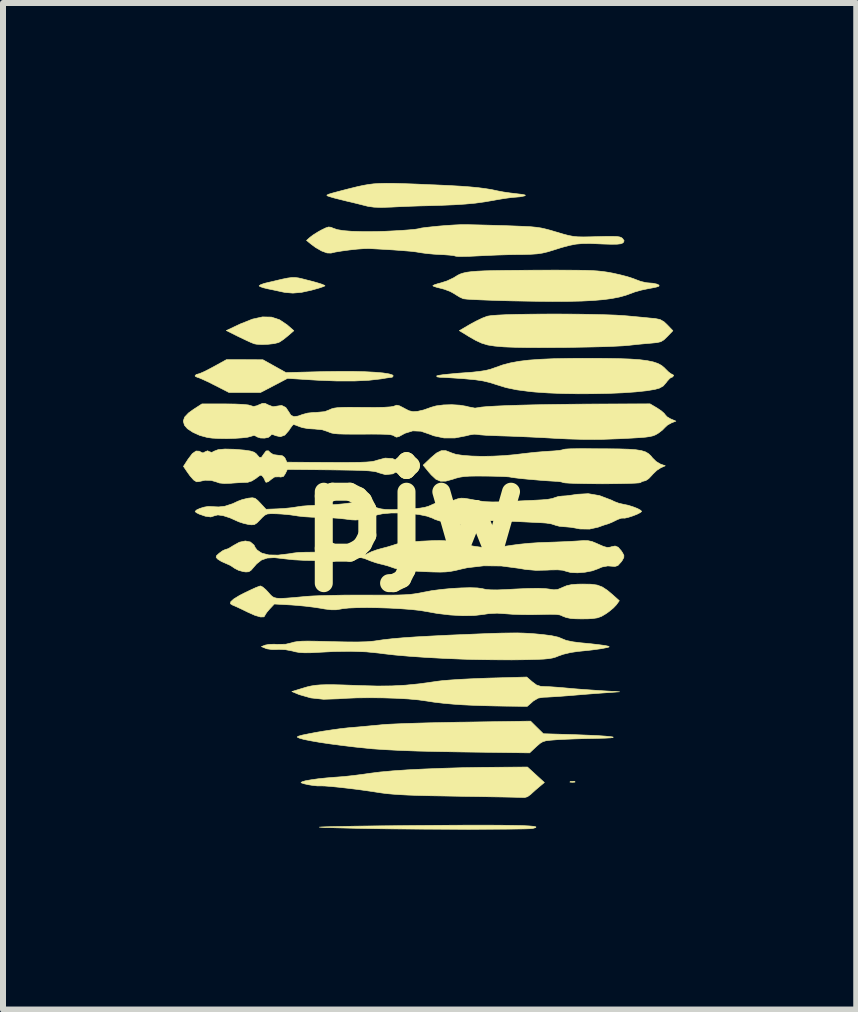
<source format=kicad_pcb>
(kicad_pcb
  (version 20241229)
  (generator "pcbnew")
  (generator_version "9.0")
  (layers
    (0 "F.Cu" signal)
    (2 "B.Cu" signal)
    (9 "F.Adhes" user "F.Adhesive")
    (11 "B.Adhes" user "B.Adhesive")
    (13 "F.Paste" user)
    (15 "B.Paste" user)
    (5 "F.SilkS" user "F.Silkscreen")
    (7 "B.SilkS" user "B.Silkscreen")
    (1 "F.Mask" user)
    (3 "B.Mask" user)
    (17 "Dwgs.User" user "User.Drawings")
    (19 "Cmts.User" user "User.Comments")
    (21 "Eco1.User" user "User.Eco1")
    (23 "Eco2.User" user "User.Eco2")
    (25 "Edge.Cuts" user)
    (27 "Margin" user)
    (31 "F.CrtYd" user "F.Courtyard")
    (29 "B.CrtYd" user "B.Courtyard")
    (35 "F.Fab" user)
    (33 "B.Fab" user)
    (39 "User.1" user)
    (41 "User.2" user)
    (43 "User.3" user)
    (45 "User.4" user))
  (footprint "pjw"
    (layer "F.Cu")
    (at 3.834 5.472)
    (property "Reference" "pjw" (at 0 0 0) (layer "F.SilkS") (effects (font (size 1.524 1.524) (thickness 0.3))))
    (attr through_hole)
    (fp_poly (pts (xy 2.699 4.505) (xy 2.7 4.513) (xy 2.66 4.516) (xy 2.654 4.516) (xy 2.615 4.513) (xy 2.619 4.505) (xy 2.623 4.504) (xy 2.678 4.5) (xy 2.699 4.505)) (stroke (width 0.01) (type solid)) (fill yes) (layer "F.SilkS"))
    (fp_poly (pts (xy -2.36 -3.237) (xy -2.226 -3.193) (xy -2.1 -3.109) (xy -2.093 -3.103) (xy -1.987 -3.01) (xy -2.09 -2.921) (xy -2.158 -2.866) (xy -2.219 -2.825) (xy -2.243 -2.813) (xy -2.315 -2.795) (xy -2.414 -2.784) (xy -2.518 -2.78) (xy -2.607 -2.785) (xy -2.645 -2.792) (xy -2.699 -2.813) (xy -2.782 -2.851) (xy -2.88 -2.898) (xy -2.912 -2.913) (xy -3.112 -3.013) (xy -2.871 -3.126) (xy -2.677 -3.203) (xy -2.509 -3.24) (xy -2.36 -3.237)) (stroke (width 0.01) (type solid)) (fill yes) (layer "F.SilkS"))
    (fp_poly (pts (xy -1.911 -3.89) (xy -1.845 -3.875) (xy -1.76 -3.853) (xy -1.723 -3.844) (xy -1.615 -3.815) (xy -1.531 -3.789) (xy -1.479 -3.768) (xy -1.467 -3.758) (xy -1.499 -3.744) (xy -1.567 -3.721) (xy -1.659 -3.695) (xy -1.691 -3.686) (xy -1.86 -3.649) (xy -2.003 -3.637) (xy -2.134 -3.648) (xy -2.184 -3.658) (xy -2.261 -3.675) (xy -2.359 -3.696) (xy -2.419 -3.708) (xy -2.497 -3.727) (xy -2.55 -3.746) (xy -2.565 -3.758) (xy -2.543 -3.775) (xy -2.487 -3.796) (xy -2.457 -3.804) (xy -2.299 -3.841) (xy -2.181 -3.869) (xy -2.093 -3.887) (xy -2.025 -3.896) (xy -1.968 -3.897) (xy -1.911 -3.89)) (stroke (width 0.01) (type solid)) (fill yes) (layer "F.SilkS"))
    (fp_poly (pts (xy -2.807 -2.527) (xy -2.502 -2.526) (xy -2.31 -2.419) (xy -2.118 -2.312) (xy -1.471 -2.329) (xy -1.229 -2.332) (xy -1.006 -2.332) (xy -0.807 -2.327) (xy -0.637 -2.318) (xy -0.499 -2.306) (xy -0.399 -2.29) (xy -0.342 -2.272) (xy -0.33 -2.257) (xy -0.347 -2.235) (xy -0.349 -2.235) (xy -0.382 -2.231) (xy -0.451 -2.221) (xy -0.533 -2.207) (xy -0.735 -2.184) (xy -0.98 -2.172) (xy -1.263 -2.172) (xy -1.577 -2.184) (xy -1.662 -2.189) (xy -2.092 -2.216) (xy -2.316 -2.098) (xy -2.541 -1.981) (xy -3.069 -1.981) (xy -3.317 -2.108) (xy -3.421 -2.16) (xy -3.51 -2.201) (xy -3.574 -2.228) (xy -3.599 -2.235) (xy -3.63 -2.251) (xy -3.632 -2.261) (xy -3.611 -2.282) (xy -3.59 -2.286) (xy -3.55 -2.298) (xy -3.479 -2.329) (xy -3.387 -2.376) (xy -3.329 -2.407) (xy -3.111 -2.527) (xy -2.807 -2.527)) (stroke (width 0.01) (type solid)) (fill yes) (layer "F.SilkS"))
    (fp_poly (pts (xy 1.456 5.232) (xy 1.662 5.235) (xy 1.822 5.238) (xy 1.939 5.244) (xy 2.014 5.251) (xy 2.049 5.26) (xy 2.045 5.271) (xy 2.005 5.283) (xy 1.994 5.286) (xy 1.951 5.29) (xy 1.863 5.293) (xy 1.735 5.295) (xy 1.572 5.297) (xy 1.38 5.298) (xy 1.163 5.299) (xy 0.927 5.3) (xy 0.678 5.299) (xy 0.421 5.298) (xy 0.161 5.297) (xy -0.097 5.295) (xy -0.347 5.293) (xy -0.583 5.29) (xy -0.802 5.286) (xy -0.953 5.283) (xy -1.124 5.279) (xy -1.277 5.275) (xy -1.403 5.271) (xy -1.496 5.268) (xy -1.551 5.265) (xy -1.562 5.264) (xy -1.525 5.261) (xy -1.442 5.258) (xy -1.319 5.255) (xy -1.16 5.252) (xy -0.971 5.248) (xy -0.757 5.245) (xy -0.523 5.242) (xy -0.274 5.24) (xy -0.015 5.237) (xy 0.249 5.235) (xy 0.512 5.233) (xy 0.769 5.232) (xy 0.902 5.231) (xy 1.204 5.231) (xy 1.456 5.232)) (stroke (width 0.01) (type solid)) (fill yes) (layer "F.SilkS"))
    (fp_poly (pts (xy 2.578 -3.287) (xy 2.801 -3.285) (xy 3.013 -3.281) (xy 3.208 -3.276) (xy 3.379 -3.27) (xy 3.519 -3.261) (xy 3.581 -3.256) (xy 3.719 -3.243) (xy 3.849 -3.231) (xy 3.956 -3.22) (xy 4.029 -3.214) (xy 4.035 -3.213) (xy 4.116 -3.197) (xy 4.183 -3.159) (xy 4.238 -3.107) (xy 4.331 -3.01) (xy 4.238 -2.913) (xy 4.181 -2.858) (xy 4.13 -2.827) (xy 4.065 -2.812) (xy 3.984 -2.804) (xy 3.88 -2.795) (xy 3.75 -2.783) (xy 3.62 -2.769) (xy 3.594 -2.766) (xy 3.496 -2.758) (xy 3.356 -2.751) (xy 3.181 -2.744) (xy 2.982 -2.739) (xy 2.765 -2.735) (xy 2.539 -2.731) (xy 2.313 -2.73) (xy 2.096 -2.729) (xy 1.894 -2.73) (xy 1.718 -2.733) (xy 1.576 -2.738) (xy 1.511 -2.741) (xy 1.362 -2.754) (xy 1.246 -2.772) (xy 1.146 -2.802) (xy 1.046 -2.848) (xy 0.928 -2.915) (xy 0.913 -2.925) (xy 0.772 -3.011) (xy 0.951 -3.116) (xy 1.053 -3.171) (xy 1.155 -3.22) (xy 1.237 -3.251) (xy 1.245 -3.253) (xy 1.305 -3.262) (xy 1.409 -3.27) (xy 1.55 -3.277) (xy 1.722 -3.282) (xy 1.918 -3.285) (xy 2.13 -3.287) (xy 2.353 -3.288) (xy 2.578 -3.287)) (stroke (width 0.01) (type solid)) (fill yes) (layer "F.SilkS"))
    (fp_poly (pts (xy 2.189 4.52) (xy 2.104 4.591) (xy 2.035 4.65) (xy 1.971 4.708) (xy 1.961 4.718) (xy 1.907 4.757) (xy 1.86 4.77) (xy 1.859 4.77) (xy 1.825 4.769) (xy 1.746 4.767) (xy 1.627 4.764) (xy 1.474 4.761) (xy 1.293 4.758) (xy 1.088 4.754) (xy 0.866 4.751) (xy 0.762 4.749) (xy 0.488 4.744) (xy 0.258 4.74) (xy 0.067 4.735) (xy -0.092 4.729) (xy -0.225 4.722) (xy -0.338 4.714) (xy -0.438 4.705) (xy -0.531 4.693) (xy -0.622 4.679) (xy -0.769 4.657) (xy -0.927 4.635) (xy -1.085 4.616) (xy -1.235 4.599) (xy -1.366 4.586) (xy -1.47 4.578) (xy -1.537 4.576) (xy -1.549 4.576) (xy -1.6 4.576) (xy -1.674 4.568) (xy -1.754 4.555) (xy -1.823 4.539) (xy -1.863 4.525) (xy -1.867 4.522) (xy -1.85 4.508) (xy -1.792 4.491) (xy -1.7 4.475) (xy -1.582 4.458) (xy -1.448 4.444) (xy -1.305 4.432) (xy -1.286 4.431) (xy -1.155 4.421) (xy -0.997 4.404) (xy -0.833 4.383) (xy -0.715 4.366) (xy -0.55 4.345) (xy -0.341 4.326) (xy -0.093 4.309) (xy 0.189 4.295) (xy 0.498 4.283) (xy 0.83 4.273) (xy 1.177 4.267) (xy 1.352 4.266) (xy 1.907 4.262) (xy 2.189 4.52)) (stroke (width 0.01) (type solid)) (fill yes) (layer "F.SilkS"))
    (fp_poly (pts (xy -0.312 -5.466) (xy -0.148 -5.461) (xy 0.052 -5.454) (xy 0.294 -5.443) (xy 0.356 -5.441) (xy 0.594 -5.43) (xy 0.79 -5.419) (xy 0.952 -5.407) (xy 1.086 -5.394) (xy 1.203 -5.379) (xy 1.309 -5.362) (xy 1.412 -5.34) (xy 1.422 -5.338) (xy 1.507 -5.322) (xy 1.618 -5.306) (xy 1.727 -5.293) (xy 1.821 -5.282) (xy 1.867 -5.272) (xy 1.871 -5.262) (xy 1.854 -5.256) (xy 1.784 -5.242) (xy 1.701 -5.235) (xy 1.698 -5.235) (xy 1.634 -5.229) (xy 1.535 -5.216) (xy 1.418 -5.197) (xy 1.342 -5.183) (xy 1.19 -5.157) (xy 1.038 -5.136) (xy 0.875 -5.121) (xy 0.691 -5.109) (xy 0.476 -5.1) (xy 0.279 -5.094) (xy 0.116 -5.09) (xy -0.06 -5.084) (xy -0.227 -5.077) (xy -0.364 -5.07) (xy -0.368 -5.07) (xy -0.527 -5.065) (xy -0.65 -5.069) (xy -0.75 -5.083) (xy -0.787 -5.092) (xy -0.889 -5.118) (xy -1.01 -5.148) (xy -1.105 -5.17) (xy -1.209 -5.196) (xy -1.306 -5.22) (xy -1.371 -5.239) (xy -1.426 -5.257) (xy -1.437 -5.269) (xy -1.409 -5.284) (xy -1.4 -5.287) (xy -1.354 -5.301) (xy -1.269 -5.324) (xy -1.159 -5.353) (xy -1.034 -5.385) (xy -1.02 -5.388) (xy -0.919 -5.413) (xy -0.829 -5.432) (xy -0.744 -5.447) (xy -0.656 -5.458) (xy -0.56 -5.464) (xy -0.447 -5.467) (xy -0.312 -5.466)) (stroke (width 0.01) (type solid)) (fill yes) (layer "F.SilkS"))
    (fp_poly (pts (xy 2.065 3.602) (xy 2.172 3.707) (xy 2.705 3.723) (xy 2.909 3.731) (xy 3.075 3.738) (xy 3.203 3.747) (xy 3.29 3.755) (xy 3.334 3.762) (xy 3.335 3.77) (xy 3.29 3.776) (xy 3.198 3.781) (xy 3.056 3.784) (xy 3.035 3.785) (xy 2.875 3.788) (xy 2.707 3.793) (xy 2.551 3.799) (xy 2.424 3.805) (xy 2.408 3.806) (xy 2.293 3.815) (xy 2.216 3.824) (xy 2.163 3.84) (xy 2.119 3.866) (xy 2.071 3.907) (xy 2.052 3.924) (xy 1.943 4.026) (xy 0.826 4.011) (xy 0.427 4.004) (xy 0.078 3.996) (xy -0.222 3.985) (xy -0.474 3.972) (xy -0.68 3.958) (xy -0.737 3.952) (xy -0.963 3.929) (xy -1.179 3.903) (xy -1.377 3.877) (xy -1.554 3.851) (xy -1.703 3.825) (xy -1.819 3.802) (xy -1.896 3.78) (xy -1.93 3.763) (xy -1.93 3.76) (xy -1.907 3.747) (xy -1.842 3.729) (xy -1.744 3.709) (xy -1.624 3.686) (xy -1.489 3.663) (xy -1.349 3.642) (xy -1.212 3.623) (xy -1.089 3.609) (xy -1.054 3.606) (xy -0.901 3.593) (xy -0.729 3.577) (xy -0.567 3.562) (xy -0.508 3.556) (xy -0.425 3.55) (xy -0.297 3.544) (xy -0.133 3.537) (xy 0.061 3.531) (xy 0.277 3.525) (xy 0.51 3.52) (xy 0.752 3.515) (xy 0.859 3.514) (xy 1.959 3.497) (xy 2.065 3.602)) (stroke (width 0.01) (type solid)) (fill yes) (layer "F.SilkS"))
    (fp_poly (pts (xy 3.19 -2.549) (xy 3.425 -2.545) (xy 3.619 -2.538) (xy 3.777 -2.527) (xy 3.903 -2.511) (xy 4.003 -2.49) (xy 4.081 -2.464) (xy 4.142 -2.431) (xy 4.19 -2.391) (xy 4.206 -2.374) (xy 4.259 -2.322) (xy 4.302 -2.29) (xy 4.314 -2.286) (xy 4.342 -2.269) (xy 4.343 -2.261) (xy 4.323 -2.237) (xy 4.312 -2.235) (xy 4.279 -2.216) (xy 4.235 -2.167) (xy 4.221 -2.148) (xy 4.17 -2.089) (xy 4.106 -2.053) (xy 4.03 -2.032) (xy 3.89 -2.009) (xy 3.708 -1.99) (xy 3.493 -1.975) (xy 3.255 -1.965) (xy 3.003 -1.96) (xy 2.746 -1.959) (xy 2.492 -1.963) (xy 2.252 -1.973) (xy 2.033 -1.988) (xy 1.943 -1.997) (xy 1.729 -2.025) (xy 1.55 -2.062) (xy 1.397 -2.109) (xy 1.281 -2.146) (xy 1.168 -2.173) (xy 1.041 -2.192) (xy 0.883 -2.207) (xy 0.851 -2.21) (xy 0.72 -2.219) (xy 0.6 -2.227) (xy 0.506 -2.232) (xy 0.449 -2.234) (xy 0.446 -2.234) (xy 0.4 -2.241) (xy 0.394 -2.256) (xy 0.395 -2.257) (xy 0.427 -2.266) (xy 0.501 -2.277) (xy 0.608 -2.288) (xy 0.737 -2.3) (xy 0.817 -2.306) (xy 0.982 -2.318) (xy 1.109 -2.332) (xy 1.207 -2.347) (xy 1.289 -2.367) (xy 1.365 -2.394) (xy 1.38 -2.399) (xy 1.495 -2.44) (xy 1.621 -2.473) (xy 1.765 -2.5) (xy 1.931 -2.52) (xy 2.126 -2.534) (xy 2.356 -2.544) (xy 2.625 -2.549) (xy 2.908 -2.55) (xy 3.19 -2.549)) (stroke (width 0.01) (type solid)) (fill yes) (layer "F.SilkS"))
    (fp_poly (pts (xy 2.574 -4.019) (xy 2.741 -4.018) (xy 2.876 -4.016) (xy 2.985 -4.012) (xy 3.076 -4.006) (xy 3.154 -3.998) (xy 3.226 -3.988) (xy 3.299 -3.975) (xy 3.327 -3.97) (xy 3.452 -3.942) (xy 3.572 -3.911) (xy 3.668 -3.88) (xy 3.708 -3.864) (xy 3.797 -3.831) (xy 3.884 -3.811) (xy 3.912 -3.808) (xy 3.998 -3.801) (xy 4.065 -3.787) (xy 4.101 -3.769) (xy 4.098 -3.752) (xy 4.058 -3.738) (xy 3.986 -3.723) (xy 3.92 -3.711) (xy 3.81 -3.688) (xy 3.695 -3.656) (xy 3.645 -3.637) (xy 3.546 -3.601) (xy 3.437 -3.571) (xy 3.314 -3.547) (xy 3.171 -3.528) (xy 3.005 -3.514) (xy 2.811 -3.504) (xy 2.584 -3.499) (xy 2.32 -3.498) (xy 2.014 -3.501) (xy 1.664 -3.507) (xy 1.469 -3.512) (xy 1.288 -3.518) (xy 1.129 -3.524) (xy 0.997 -3.53) (xy 0.901 -3.536) (xy 0.846 -3.542) (xy 0.838 -3.543) (xy 0.775 -3.572) (xy 0.703 -3.616) (xy 0.692 -3.624) (xy 0.618 -3.665) (xy 0.522 -3.701) (xy 0.47 -3.715) (xy 0.394 -3.734) (xy 0.343 -3.751) (xy 0.33 -3.76) (xy 0.353 -3.774) (xy 0.411 -3.793) (xy 0.464 -3.807) (xy 0.567 -3.84) (xy 0.671 -3.889) (xy 0.706 -3.91) (xy 0.744 -3.934) (xy 0.785 -3.954) (xy 0.833 -3.97) (xy 0.894 -3.984) (xy 0.971 -3.994) (xy 1.07 -4.002) (xy 1.195 -4.008) (xy 1.351 -4.012) (xy 1.543 -4.015) (xy 1.776 -4.017) (xy 2.053 -4.019) (xy 2.121 -4.019) (xy 2.37 -4.02) (xy 2.574 -4.019)) (stroke (width 0.01) (type solid)) (fill yes) (layer "F.SilkS"))
    (fp_poly (pts (xy 1.986 2.841) (xy 2.057 2.894) (xy 2.127 2.917) (xy 2.2 2.921) (xy 2.284 2.924) (xy 2.398 2.932) (xy 2.52 2.942) (xy 2.553 2.945) (xy 2.672 2.956) (xy 2.822 2.968) (xy 2.982 2.979) (xy 3.111 2.988) (xy 3.442 3.008) (xy 3.175 3.027) (xy 3.035 3.037) (xy 2.869 3.05) (xy 2.7 3.064) (xy 2.591 3.073) (xy 2.459 3.083) (xy 2.336 3.091) (xy 2.237 3.097) (xy 2.175 3.099) (xy 2.087 3.113) (xy 2.007 3.16) (xy 1.99 3.175) (xy 1.903 3.251) (xy 1.542 3.247) (xy 1.368 3.244) (xy 1.17 3.239) (xy 0.974 3.232) (xy 0.826 3.225) (xy 0.669 3.214) (xy 0.504 3.199) (xy 0.351 3.181) (xy 0.229 3.162) (xy 0.229 3.162) (xy 0.093 3.143) (xy -0.081 3.127) (xy -0.283 3.116) (xy -0.501 3.109) (xy -0.722 3.107) (xy -0.936 3.109) (xy -1.131 3.117) (xy -1.245 3.125) (xy -1.49 3.133) (xy -1.704 3.11) (xy -1.899 3.054) (xy -1.93 3.041) (xy -2.019 3.004) (xy -1.834 2.947) (xy -1.763 2.926) (xy -1.697 2.911) (xy -1.627 2.9) (xy -1.546 2.893) (xy -1.447 2.89) (xy -1.323 2.89) (xy -1.167 2.894) (xy -0.97 2.901) (xy -0.864 2.905) (xy -0.593 2.912) (xy -0.353 2.91) (xy -0.127 2.898) (xy 0.106 2.875) (xy 0.363 2.839) (xy 0.394 2.834) (xy 0.485 2.823) (xy 0.617 2.812) (xy 0.778 2.801) (xy 0.959 2.792) (xy 1.149 2.784) (xy 1.259 2.78) (xy 1.895 2.762) (xy 1.986 2.841)) (stroke (width 0.01) (type solid)) (fill yes) (layer "F.SilkS"))
    (fp_poly (pts (xy 1.841 2.03) (xy 1.937 2.035) (xy 2.034 2.042) (xy 2.139 2.052) (xy 2.154 2.053) (xy 2.309 2.073) (xy 2.422 2.098) (xy 2.484 2.124) (xy 2.553 2.152) (xy 2.664 2.175) (xy 2.781 2.19) (xy 2.967 2.208) (xy 3.105 2.224) (xy 3.2 2.237) (xy 3.253 2.248) (xy 3.27 2.258) (xy 3.253 2.266) (xy 3.251 2.267) (xy 3.141 2.289) (xy 2.981 2.311) (xy 2.773 2.333) (xy 2.756 2.334) (xy 2.628 2.353) (xy 2.506 2.382) (xy 2.428 2.409) (xy 2.379 2.429) (xy 2.327 2.444) (xy 2.264 2.455) (xy 2.181 2.463) (xy 2.07 2.468) (xy 1.92 2.472) (xy 1.831 2.474) (xy 1.646 2.476) (xy 1.429 2.475) (xy 1.201 2.473) (xy 0.979 2.469) (xy 0.826 2.464) (xy 0.513 2.451) (xy 0.215 2.435) (xy -0.059 2.416) (xy -0.302 2.395) (xy -0.505 2.372) (xy -0.57 2.363) (xy -0.781 2.342) (xy -1.033 2.333) (xy -1.316 2.337) (xy -1.55 2.349) (xy -1.698 2.357) (xy -1.808 2.358) (xy -1.894 2.353) (xy -1.968 2.34) (xy -2.007 2.329) (xy -2.127 2.306) (xy -2.241 2.301) (xy -2.261 2.303) (xy -2.35 2.304) (xy -2.433 2.292) (xy -2.451 2.286) (xy -2.527 2.255) (xy -2.464 2.23) (xy -2.401 2.218) (xy -2.314 2.215) (xy -2.269 2.218) (xy -2.121 2.215) (xy -2.028 2.193) (xy -1.983 2.18) (xy -1.927 2.171) (xy -1.854 2.165) (xy -1.755 2.163) (xy -1.624 2.165) (xy -1.453 2.169) (xy -1.359 2.172) (xy -1.119 2.177) (xy -0.925 2.178) (xy -0.773 2.174) (xy -0.659 2.164) (xy -0.622 2.159) (xy -0.5 2.141) (xy -0.35 2.124) (xy -0.169 2.108) (xy 0.047 2.093) (xy 0.303 2.079) (xy 0.602 2.064) (xy 0.864 2.053) (xy 1.111 2.043) (xy 1.314 2.035) (xy 1.482 2.03) (xy 1.62 2.028) (xy 1.738 2.027) (xy 1.841 2.03)) (stroke (width 0.01) (type solid)) (fill yes) (layer "F.SilkS"))
    (fp_poly (pts (xy -2.98 -1.034) (xy -2.813 -1.02) (xy -2.711 -1.005) (xy -2.648 -0.985) (xy -2.609 -0.955) (xy -2.602 -0.945) (xy -2.56 -0.898) (xy -2.527 -0.899) (xy -2.492 -0.948) (xy -2.489 -0.953) (xy -2.449 -1.006) (xy -2.411 -1.009) (xy -2.376 -0.975) (xy -2.327 -0.945) (xy -2.251 -0.935) (xy -2.18 -0.927) (xy -2.141 -0.898) (xy -2.129 -0.877) (xy -2.103 -0.819) (xy -1.399 -0.815) (xy -1.183 -0.814) (xy -1.011 -0.815) (xy -0.877 -0.817) (xy -0.777 -0.821) (xy -0.703 -0.827) (xy -0.649 -0.836) (xy -0.61 -0.847) (xy -0.603 -0.85) (xy -0.465 -0.887) (xy -0.34 -0.879) (xy -0.234 -0.826) (xy -0.228 -0.821) (xy -0.147 -0.753) (xy -0.232 -0.682) (xy -0.339 -0.624) (xy -0.459 -0.611) (xy -0.579 -0.645) (xy -0.582 -0.647) (xy -0.614 -0.658) (xy -0.666 -0.667) (xy -0.741 -0.675) (xy -0.846 -0.681) (xy -0.987 -0.685) (xy -1.168 -0.688) (xy -1.374 -0.691) (xy -2.095 -0.698) (xy -2.128 -0.629) (xy -2.16 -0.581) (xy -2.205 -0.571) (xy -2.234 -0.575) (xy -2.306 -0.573) (xy -2.36 -0.536) (xy -2.412 -0.494) (xy -2.45 -0.483) (xy -2.464 -0.503) (xy -2.477 -0.538) (xy -2.499 -0.572) (xy -2.523 -0.6) (xy -2.548 -0.601) (xy -2.589 -0.572) (xy -2.615 -0.551) (xy -2.686 -0.506) (xy -2.756 -0.483) (xy -2.767 -0.483) (xy -2.827 -0.481) (xy -2.919 -0.476) (xy -3.022 -0.469) (xy -3.025 -0.468) (xy -3.146 -0.464) (xy -3.228 -0.472) (xy -3.278 -0.49) (xy -3.364 -0.515) (xy -3.467 -0.518) (xy -3.561 -0.497) (xy -3.564 -0.496) (xy -3.608 -0.492) (xy -3.656 -0.522) (xy -3.716 -0.59) (xy -3.766 -0.66) (xy -3.826 -0.749) (xy -3.748 -0.87) (xy -3.678 -0.962) (xy -3.616 -1.005) (xy -3.561 -1.002) (xy -3.542 -0.99) (xy -3.501 -0.972) (xy -3.467 -0.991) (xy -3.424 -1.009) (xy -3.395 -0.994) (xy -3.355 -0.981) (xy -3.313 -1.003) (xy -3.247 -1.028) (xy -3.135 -1.038) (xy -2.98 -1.034)) (stroke (width 0.01) (type solid)) (fill yes) (layer "F.SilkS"))
    (fp_poly (pts (xy 2.972 -1.043) (xy 3.164 -1.042) (xy 3.232 -1.042) (xy 3.435 -1.04) (xy 3.593 -1.035) (xy 3.714 -1.026) (xy 3.805 -1.012) (xy 3.873 -0.991) (xy 3.923 -0.962) (xy 3.965 -0.923) (xy 3.991 -0.89) (xy 4.052 -0.83) (xy 4.122 -0.788) (xy 4.125 -0.787) (xy 4.204 -0.759) (xy 4.128 -0.725) (xy 4.063 -0.683) (xy 3.997 -0.62) (xy 3.98 -0.6) (xy 3.927 -0.544) (xy 3.877 -0.511) (xy 3.861 -0.508) (xy 3.812 -0.495) (xy 3.796 -0.481) (xy 3.768 -0.474) (xy 3.697 -0.469) (xy 3.592 -0.465) (xy 3.462 -0.462) (xy 3.314 -0.46) (xy 3.158 -0.459) (xy 3 -0.46) (xy 2.851 -0.462) (xy 2.718 -0.465) (xy 2.61 -0.469) (xy 2.534 -0.474) (xy 2.5 -0.48) (xy 2.5 -0.481) (xy 2.467 -0.491) (xy 2.404 -0.499) (xy 2.379 -0.5) (xy 2.279 -0.506) (xy 2.16 -0.514) (xy 2.032 -0.525) (xy 1.905 -0.536) (xy 1.791 -0.547) (xy 1.7 -0.558) (xy 1.643 -0.566) (xy 1.629 -0.569) (xy 1.598 -0.574) (xy 1.525 -0.579) (xy 1.42 -0.583) (xy 1.292 -0.586) (xy 1.217 -0.587) (xy 1.06 -0.588) (xy 0.943 -0.586) (xy 0.853 -0.58) (xy 0.781 -0.569) (xy 0.714 -0.552) (xy 0.663 -0.535) (xy 0.547 -0.503) (xy 0.458 -0.502) (xy 0.381 -0.535) (xy 0.303 -0.608) (xy 0.263 -0.654) (xy 0.169 -0.769) (xy 0.298 -0.892) (xy 0.391 -0.971) (xy 0.47 -1.01) (xy 0.546 -1.011) (xy 0.632 -0.978) (xy 0.643 -0.973) (xy 0.716 -0.949) (xy 0.831 -0.932) (xy 0.977 -0.921) (xy 1.146 -0.916) (xy 1.328 -0.919) (xy 1.514 -0.928) (xy 1.694 -0.944) (xy 1.749 -0.951) (xy 1.893 -0.968) (xy 2.041 -0.984) (xy 2.173 -0.995) (xy 2.261 -1.001) (xy 2.358 -1.007) (xy 2.439 -1.015) (xy 2.487 -1.024) (xy 2.489 -1.025) (xy 2.508 -1.031) (xy 2.533 -1.036) (xy 2.572 -1.039) (xy 2.629 -1.042) (xy 2.71 -1.043) (xy 2.823 -1.044) (xy 2.972 -1.043)) (stroke (width 0.01) (type solid)) (fill yes) (layer "F.SilkS"))
    (fp_poly (pts (xy 0.88 -4.778) (xy 0.977 -4.776) (xy 1.106 -4.773) (xy 1.26 -4.769) (xy 1.43 -4.764) (xy 1.511 -4.762) (xy 1.7 -4.755) (xy 1.847 -4.749) (xy 1.963 -4.743) (xy 2.055 -4.734) (xy 2.135 -4.722) (xy 2.21 -4.705) (xy 2.29 -4.684) (xy 2.386 -4.655) (xy 2.388 -4.655) (xy 2.501 -4.621) (xy 2.589 -4.598) (xy 2.666 -4.583) (xy 2.745 -4.575) (xy 2.838 -4.573) (xy 2.961 -4.575) (xy 3.067 -4.578) (xy 3.218 -4.582) (xy 3.326 -4.582) (xy 3.399 -4.58) (xy 3.447 -4.572) (xy 3.476 -4.56) (xy 3.493 -4.546) (xy 3.518 -4.509) (xy 3.506 -4.482) (xy 3.494 -4.472) (xy 3.462 -4.459) (xy 3.401 -4.452) (xy 3.303 -4.451) (xy 3.164 -4.455) (xy 3.119 -4.457) (xy 2.956 -4.464) (xy 2.827 -4.463) (xy 2.714 -4.453) (xy 2.602 -4.431) (xy 2.473 -4.396) (xy 2.337 -4.353) (xy 2.241 -4.324) (xy 2.156 -4.304) (xy 2.068 -4.291) (xy 1.964 -4.284) (xy 1.827 -4.28) (xy 1.765 -4.28) (xy 1.593 -4.277) (xy 1.399 -4.271) (xy 1.208 -4.263) (xy 1.067 -4.256) (xy 0.94 -4.25) (xy 0.832 -4.248) (xy 0.752 -4.248) (xy 0.711 -4.252) (xy 0.707 -4.254) (xy 0.676 -4.262) (xy 0.607 -4.27) (xy 0.512 -4.277) (xy 0.466 -4.279) (xy 0.345 -4.286) (xy 0.226 -4.297) (xy 0.131 -4.31) (xy 0.114 -4.313) (xy 0.047 -4.324) (xy -0.047 -4.335) (xy -0.172 -4.345) (xy -0.334 -4.357) (xy -0.537 -4.369) (xy -0.737 -4.38) (xy -0.817 -4.378) (xy -0.93 -4.37) (xy -1.058 -4.356) (xy -1.185 -4.339) (xy -1.295 -4.321) (xy -1.367 -4.304) (xy -1.433 -4.306) (xy -1.523 -4.339) (xy -1.627 -4.399) (xy -1.707 -4.459) (xy -1.775 -4.515) (xy -1.719 -4.565) (xy -1.665 -4.606) (xy -1.587 -4.655) (xy -1.534 -4.685) (xy -1.457 -4.723) (xy -1.408 -4.739) (xy -1.368 -4.734) (xy -1.33 -4.718) (xy -1.263 -4.695) (xy -1.162 -4.678) (xy -1.022 -4.667) (xy -0.84 -4.662) (xy -0.737 -4.662) (xy -0.609 -4.663) (xy -0.469 -4.667) (xy -0.324 -4.674) (xy -0.187 -4.682) (xy -0.065 -4.691) (xy 0.031 -4.7) (xy 0.09 -4.709) (xy 0.104 -4.713) (xy 0.139 -4.721) (xy 0.212 -4.731) (xy 0.315 -4.742) (xy 0.434 -4.754) (xy 0.56 -4.764) (xy 0.681 -4.772) (xy 0.786 -4.777) (xy 0.826 -4.778) (xy 0.88 -4.778)) (stroke (width 0.01) (type solid)) (fill yes) (layer "F.SilkS"))
    (fp_poly (pts (xy 2.966 1.215) (xy 3.069 1.229) (xy 3.154 1.261) (xy 3.238 1.316) (xy 3.326 1.39) (xy 3.438 1.49) (xy 3.389 1.558) (xy 3.34 1.61) (xy 3.266 1.671) (xy 3.217 1.706) (xy 3.141 1.751) (xy 3.071 1.776) (xy 2.986 1.788) (xy 2.913 1.792) (xy 2.804 1.793) (xy 2.701 1.791) (xy 2.631 1.786) (xy 2.553 1.77) (xy 2.49 1.746) (xy 2.483 1.741) (xy 2.447 1.727) (xy 2.382 1.718) (xy 2.284 1.716) (xy 2.143 1.719) (xy 2.113 1.72) (xy 1.963 1.723) (xy 1.804 1.721) (xy 1.658 1.716) (xy 1.564 1.709) (xy 1.401 1.698) (xy 1.263 1.705) (xy 1.171 1.719) (xy 1.017 1.737) (xy 0.83 1.74) (xy 0.622 1.728) (xy 0.408 1.703) (xy 0.229 1.671) (xy 0.115 1.652) (xy -0.034 1.636) (xy -0.206 1.623) (xy -0.392 1.613) (xy -0.582 1.607) (xy -0.766 1.604) (xy -0.933 1.606) (xy -1.073 1.612) (xy -1.177 1.623) (xy -1.201 1.628) (xy -1.28 1.641) (xy -1.364 1.641) (xy -1.471 1.628) (xy -1.531 1.617) (xy -1.649 1.599) (xy -1.795 1.581) (xy -1.946 1.567) (xy -2.026 1.561) (xy -2.312 1.545) (xy -2.388 1.626) (xy -2.434 1.68) (xy -2.461 1.719) (xy -2.464 1.727) (xy -2.484 1.759) (xy -2.542 1.761) (xy -2.635 1.734) (xy -2.756 1.68) (xy -2.852 1.633) (xy -2.935 1.594) (xy -2.992 1.569) (xy -3.004 1.565) (xy -3.043 1.541) (xy -3.038 1.507) (xy -2.989 1.462) (xy -2.893 1.403) (xy -2.813 1.362) (xy -2.711 1.313) (xy -2.624 1.273) (xy -2.562 1.249) (xy -2.541 1.244) (xy -2.504 1.263) (xy -2.451 1.309) (xy -2.412 1.351) (xy -2.378 1.39) (xy -2.349 1.418) (xy -2.317 1.437) (xy -2.273 1.448) (xy -2.212 1.452) (xy -2.124 1.448) (xy -2.003 1.439) (xy -1.841 1.424) (xy -1.778 1.418) (xy -1.672 1.411) (xy -1.526 1.405) (xy -1.35 1.401) (xy -1.154 1.397) (xy -0.95 1.396) (xy -0.775 1.396) (xy -0.559 1.397) (xy -0.386 1.397) (xy -0.249 1.395) (xy -0.139 1.391) (xy -0.048 1.385) (xy 0.03 1.375) (xy 0.104 1.363) (xy 0.178 1.348) (xy 0.316 1.322) (xy 0.473 1.302) (xy 0.639 1.286) (xy 0.801 1.277) (xy 0.949 1.273) (xy 1.072 1.277) (xy 1.158 1.289) (xy 1.172 1.293) (xy 1.224 1.304) (xy 1.3 1.309) (xy 1.406 1.31) (xy 1.55 1.304) (xy 1.696 1.296) (xy 1.913 1.286) (xy 2.085 1.283) (xy 2.21 1.289) (xy 2.26 1.295) (xy 2.347 1.308) (xy 2.412 1.302) (xy 2.48 1.274) (xy 2.495 1.267) (xy 2.563 1.239) (xy 2.641 1.222) (xy 2.746 1.214) (xy 2.83 1.213) (xy 2.966 1.215)) (stroke (width 0.01) (type solid)) (fill yes) (layer "F.SilkS"))
    (fp_poly (pts (xy 0.537 0.491) (xy 0.625 0.501) (xy 0.721 0.519) (xy 0.83 0.544) (xy 1.004 0.58) (xy 1.151 0.601) (xy 1.289 0.606) (xy 1.437 0.596) (xy 1.613 0.571) (xy 1.638 0.567) (xy 1.772 0.549) (xy 1.934 0.533) (xy 2.1 0.522) (xy 2.21 0.518) (xy 2.357 0.513) (xy 2.51 0.507) (xy 2.648 0.5) (xy 2.734 0.495) (xy 2.843 0.488) (xy 2.919 0.49) (xy 2.984 0.504) (xy 3.055 0.533) (xy 3.088 0.548) (xy 3.176 0.586) (xy 3.235 0.602) (xy 3.284 0.598) (xy 3.305 0.591) (xy 3.368 0.578) (xy 3.419 0.599) (xy 3.471 0.659) (xy 3.49 0.688) (xy 3.514 0.733) (xy 3.513 0.77) (xy 3.486 0.82) (xy 3.472 0.84) (xy 3.414 0.904) (xy 3.364 0.919) (xy 3.246 0.91) (xy 3.15 0.928) (xy 3.083 0.957) (xy 2.987 0.992) (xy 2.867 1.015) (xy 2.742 1.025) (xy 2.629 1.02) (xy 2.553 1) (xy 2.494 0.982) (xy 2.41 0.975) (xy 2.29 0.977) (xy 2.235 0.98) (xy 2.049 0.984) (xy 1.877 0.969) (xy 1.765 0.95) (xy 1.472 0.911) (xy 1.18 0.908) (xy 0.905 0.94) (xy 0.8 0.963) (xy 0.706 0.986) (xy 0.626 1.001) (xy 0.546 1.01) (xy 0.454 1.013) (xy 0.336 1.011) (xy 0.182 1.005) (xy 0.002 0.995) (xy -0.136 0.983) (xy -0.24 0.967) (xy -0.316 0.946) (xy -0.326 0.942) (xy -0.419 0.91) (xy -0.511 0.885) (xy -0.539 0.879) (xy -0.621 0.857) (xy -0.716 0.824) (xy -0.749 0.81) (xy -0.813 0.785) (xy -0.869 0.772) (xy -0.933 0.772) (xy -1.024 0.784) (xy -1.061 0.789) (xy -1.215 0.806) (xy -1.401 0.817) (xy -1.602 0.821) (xy -1.803 0.818) (xy -1.988 0.808) (xy -2.14 0.792) (xy -2.155 0.79) (xy -2.311 0.772) (xy -2.431 0.779) (xy -2.526 0.812) (xy -2.607 0.876) (xy -2.647 0.922) (xy -2.698 0.981) (xy -2.737 1.007) (xy -2.786 1.011) (xy -2.83 1.005) (xy -2.909 0.983) (xy -2.975 0.949) (xy -2.984 0.942) (xy -3.044 0.902) (xy -3.12 0.868) (xy -3.123 0.867) (xy -3.195 0.835) (xy -3.252 0.799) (xy -3.255 0.797) (xy -3.281 0.768) (xy -3.277 0.742) (xy -3.237 0.704) (xy -3.227 0.696) (xy -3.17 0.655) (xy -3.124 0.635) (xy -3.119 0.635) (xy -3.077 0.621) (xy -3.017 0.585) (xy -2.999 0.573) (xy -2.894 0.515) (xy -2.795 0.494) (xy -2.711 0.511) (xy -2.65 0.563) (xy -2.63 0.605) (xy -2.599 0.645) (xy -2.538 0.687) (xy -2.514 0.699) (xy -2.403 0.727) (xy -2.25 0.73) (xy -2.058 0.707) (xy -1.994 0.696) (xy -1.911 0.686) (xy -1.789 0.682) (xy -1.642 0.681) (xy -1.482 0.684) (xy -1.321 0.691) (xy -1.173 0.701) (xy -1.07 0.712) (xy -0.952 0.726) (xy -0.872 0.732) (xy -0.819 0.73) (xy -0.781 0.719) (xy -0.751 0.702) (xy -0.691 0.673) (xy -0.604 0.642) (xy -0.527 0.62) (xy -0.427 0.594) (xy -0.332 0.565) (xy -0.279 0.547) (xy -0.222 0.534) (xy -0.126 0.52) (xy -0.003 0.508) (xy 0.135 0.498) (xy 0.178 0.496) (xy 0.328 0.489) (xy 0.443 0.487) (xy 0.537 0.491)) (stroke (width 0.01) (type solid)) (fill yes) (layer "F.SilkS"))
    (fp_poly (pts (xy -2.466 -1.799) (xy -2.413 -1.773) (xy -2.41 -1.772) (xy -2.335 -1.743) (xy -2.275 -1.752) (xy -2.19 -1.765) (xy -2.121 -1.731) (xy -2.074 -1.662) (xy -2.036 -1.602) (xy -1.987 -1.578) (xy -1.917 -1.587) (xy -1.842 -1.614) (xy -1.757 -1.637) (xy -1.654 -1.648) (xy -1.617 -1.648) (xy -1.473 -1.661) (xy -1.397 -1.69) (xy -1.36 -1.707) (xy -1.318 -1.719) (xy -1.261 -1.727) (xy -1.182 -1.732) (xy -1.072 -1.734) (xy -0.924 -1.733) (xy -0.832 -1.732) (xy -0.631 -1.731) (xy -0.479 -1.734) (xy -0.375 -1.741) (xy -0.317 -1.752) (xy -0.309 -1.756) (xy -0.272 -1.769) (xy -0.225 -1.758) (xy -0.153 -1.721) (xy -0.147 -1.717) (xy -0.067 -1.676) (xy -0.001 -1.661) (xy 0.075 -1.666) (xy 0.08 -1.667) (xy 0.179 -1.69) (xy 0.278 -1.725) (xy 0.292 -1.731) (xy 0.384 -1.757) (xy 0.508 -1.773) (xy 0.646 -1.777) (xy 0.78 -1.769) (xy 0.893 -1.75) (xy 0.923 -1.741) (xy 1.032 -1.72) (xy 1.088 -1.728) (xy 1.142 -1.737) (xy 1.243 -1.746) (xy 1.385 -1.754) (xy 1.566 -1.762) (xy 1.78 -1.769) (xy 2.024 -1.775) (xy 2.293 -1.78) (xy 2.583 -1.784) (xy 2.889 -1.787) (xy 3.086 -1.788) (xy 3.95 -1.791) (xy 4.067 -1.722) (xy 4.137 -1.675) (xy 4.186 -1.632) (xy 4.2 -1.613) (xy 4.233 -1.576) (xy 4.291 -1.541) (xy 4.299 -1.538) (xy 4.381 -1.503) (xy 4.307 -1.474) (xy 4.242 -1.438) (xy 4.199 -1.398) (xy 4.156 -1.354) (xy 4.092 -1.305) (xy 4.073 -1.293) (xy 4.037 -1.273) (xy 3.998 -1.258) (xy 3.946 -1.246) (xy 3.875 -1.236) (xy 3.776 -1.228) (xy 3.643 -1.22) (xy 3.467 -1.211) (xy 3.447 -1.21) (xy 3.147 -1.199) (xy 2.868 -1.198) (xy 2.584 -1.206) (xy 2.378 -1.216) (xy 2.187 -1.227) (xy 1.984 -1.237) (xy 1.785 -1.246) (xy 1.607 -1.253) (xy 1.473 -1.257) (xy 1.339 -1.262) (xy 1.22 -1.267) (xy 1.128 -1.274) (xy 1.072 -1.281) (xy 1.063 -1.283) (xy 1.016 -1.285) (xy 0.941 -1.273) (xy 0.887 -1.259) (xy 0.701 -1.223) (xy 0.515 -1.223) (xy 0.344 -1.259) (xy 0.283 -1.283) (xy 0.132 -1.335) (xy -0.004 -1.341) (xy -0.134 -1.301) (xy -0.167 -1.283) (xy -0.235 -1.246) (xy -0.276 -1.236) (xy -0.305 -1.249) (xy -0.311 -1.255) (xy -0.334 -1.267) (xy -0.377 -1.277) (xy -0.448 -1.283) (xy -0.551 -1.286) (xy -0.694 -1.287) (xy -0.84 -1.286) (xy -1.015 -1.286) (xy -1.148 -1.287) (xy -1.244 -1.29) (xy -1.314 -1.296) (xy -1.363 -1.306) (xy -1.401 -1.32) (xy -1.415 -1.327) (xy -1.512 -1.359) (xy -1.641 -1.372) (xy -1.647 -1.372) (xy -1.748 -1.378) (xy -1.843 -1.395) (xy -1.888 -1.41) (xy -1.95 -1.434) (xy -1.989 -1.447) (xy -1.993 -1.448) (xy -2.013 -1.428) (xy -2.049 -1.379) (xy -2.07 -1.346) (xy -2.137 -1.27) (xy -2.211 -1.243) (xy -2.298 -1.263) (xy -2.313 -1.271) (xy -2.356 -1.284) (xy -2.378 -1.258) (xy -2.412 -1.232) (xy -2.474 -1.22) (xy -2.543 -1.222) (xy -2.599 -1.24) (xy -2.611 -1.249) (xy -2.649 -1.266) (xy -2.698 -1.251) (xy -2.756 -1.235) (xy -2.852 -1.224) (xy -2.972 -1.216) (xy -3.104 -1.212) (xy -3.234 -1.214) (xy -3.349 -1.22) (xy -3.429 -1.231) (xy -3.554 -1.265) (xy -3.669 -1.317) (xy -3.76 -1.377) (xy -3.81 -1.435) (xy -3.829 -1.504) (xy -3.807 -1.57) (xy -3.742 -1.639) (xy -3.662 -1.697) (xy -3.518 -1.79) (xy -3.137 -1.79) (xy -2.968 -1.788) (xy -2.836 -1.782) (xy -2.747 -1.773) (xy -2.707 -1.762) (xy -2.659 -1.747) (xy -2.601 -1.76) (xy -2.571 -1.774) (xy -2.51 -1.799) (xy -2.466 -1.799)) (stroke (width 0.01) (type solid)) (fill yes) (layer "F.SilkS"))
    (fp_poly (pts (xy 3.108 -0.262) (xy 3.308 -0.186) (xy 3.356 -0.162) (xy 3.431 -0.134) (xy 3.51 -0.116) (xy 3.585 -0.101) (xy 3.667 -0.075) (xy 3.742 -0.046) (xy 3.794 -0.017) (xy 3.81 0.001) (xy 3.788 0.021) (xy 3.733 0.049) (xy 3.661 0.077) (xy 3.587 0.101) (xy 3.529 0.114) (xy 3.503 0.113) (xy 3.468 0.115) (xy 3.408 0.137) (xy 3.384 0.149) (xy 3.312 0.184) (xy 3.25 0.209) (xy 3.239 0.212) (xy 3.183 0.229) (xy 3.107 0.256) (xy 3.086 0.264) (xy 2.942 0.296) (xy 2.783 0.294) (xy 2.705 0.279) (xy 2.629 0.266) (xy 2.538 0.258) (xy 2.519 0.257) (xy 2.437 0.249) (xy 2.37 0.231) (xy 2.357 0.226) (xy 2.303 0.209) (xy 2.22 0.196) (xy 2.149 0.191) (xy 2.066 0.187) (xy 1.947 0.181) (xy 1.806 0.174) (xy 1.656 0.167) (xy 1.613 0.165) (xy 1.447 0.158) (xy 1.318 0.156) (xy 1.212 0.16) (xy 1.115 0.171) (xy 1.013 0.189) (xy 1.012 0.189) (xy 0.904 0.21) (xy 0.832 0.22) (xy 0.782 0.218) (xy 0.739 0.207) (xy 0.701 0.19) (xy 0.588 0.159) (xy 0.527 0.162) (xy 0.451 0.163) (xy 0.364 0.134) (xy 0.327 0.115) (xy 0.233 0.081) (xy 0.103 0.054) (xy -0.05 0.036) (xy -0.211 0.027) (xy -0.367 0.028) (xy -0.504 0.04) (xy -0.591 0.058) (xy -0.724 0.098) (xy -0.822 0.125) (xy -0.896 0.14) (xy -0.959 0.145) (xy -1.024 0.142) (xy -1.104 0.132) (xy -1.126 0.129) (xy -1.25 0.116) (xy -1.396 0.106) (xy -1.536 0.102) (xy -1.558 0.101) (xy -1.685 0.098) (xy -1.814 0.09) (xy -1.922 0.078) (xy -1.943 0.074) (xy -2.054 0.058) (xy -2.183 0.046) (xy -2.273 0.041) (xy -2.367 0.039) (xy -2.427 0.044) (xy -2.47 0.064) (xy -2.513 0.102) (xy -2.544 0.135) (xy -2.601 0.193) (xy -2.644 0.221) (xy -2.693 0.225) (xy -2.745 0.219) (xy -2.83 0.199) (xy -2.906 0.174) (xy -2.919 0.168) (xy -3.048 0.11) (xy -3.162 0.073) (xy -3.253 0.06) (xy -3.311 0.074) (xy -3.315 0.076) (xy -3.371 0.094) (xy -3.46 0.082) (xy -3.562 0.047) (xy -3.612 0.022) (xy -3.632 0.003) (xy -3.61 -0.021) (xy -3.555 -0.047) (xy -3.485 -0.069) (xy -3.416 -0.081) (xy -3.391 -0.081) (xy -3.305 -0.076) (xy -3.239 -0.073) (xy -3.135 -0.085) (xy -3.006 -0.127) (xy -2.919 -0.168) (xy -2.85 -0.194) (xy -2.764 -0.215) (xy -2.745 -0.219) (xy -2.679 -0.226) (xy -2.634 -0.217) (xy -2.589 -0.182) (xy -2.544 -0.135) (xy -2.451 -0.034) (xy -2.261 -0.041) (xy -2.142 -0.048) (xy -2.022 -0.06) (xy -1.933 -0.074) (xy -1.843 -0.087) (xy -1.724 -0.096) (xy -1.597 -0.101) (xy -1.56 -0.102) (xy -1.424 -0.105) (xy -1.277 -0.114) (xy -1.147 -0.126) (xy -1.126 -0.129) (xy -1.035 -0.141) (xy -0.961 -0.145) (xy -0.892 -0.139) (xy -0.814 -0.123) (xy -0.712 -0.094) (xy -0.6 -0.058) (xy -0.536 -0.041) (xy -0.464 -0.031) (xy -0.372 -0.028) (xy -0.25 -0.03) (xy -0.135 -0.035) (xy 0.011 -0.044) (xy 0.117 -0.053) (xy 0.195 -0.066) (xy 0.257 -0.084) (xy 0.314 -0.109) (xy 0.329 -0.116) (xy 0.431 -0.159) (xy 0.507 -0.166) (xy 0.517 -0.164) (xy 0.587 -0.163) (xy 0.677 -0.184) (xy 0.693 -0.19) (xy 0.751 -0.21) (xy 0.801 -0.219) (xy 0.86 -0.217) (xy 0.943 -0.203) (xy 1.018 -0.189) (xy 1.117 -0.171) (xy 1.212 -0.16) (xy 1.317 -0.156) (xy 1.445 -0.157) (xy 1.61 -0.164) (xy 1.613 -0.165) (xy 1.762 -0.172) (xy 1.907 -0.179) (xy 2.035 -0.185) (xy 2.129 -0.19) (xy 2.149 -0.191) (xy 2.242 -0.199) (xy 2.32 -0.213) (xy 2.357 -0.226) (xy 2.422 -0.247) (xy 2.487 -0.254) (xy 2.552 -0.258) (xy 2.646 -0.27) (xy 2.738 -0.284) (xy 2.92 -0.294) (xy 3.108 -0.262)) (stroke (width 0.01) (type solid)) (fill yes) (layer "F.SilkS")))
  (gr_rect
    (start -3 -3)
    (end 11.221 13.776)
    (stroke (width 0.1) (type default))
    (fill no)
    (layer "Edge.Cuts")))
</source>
